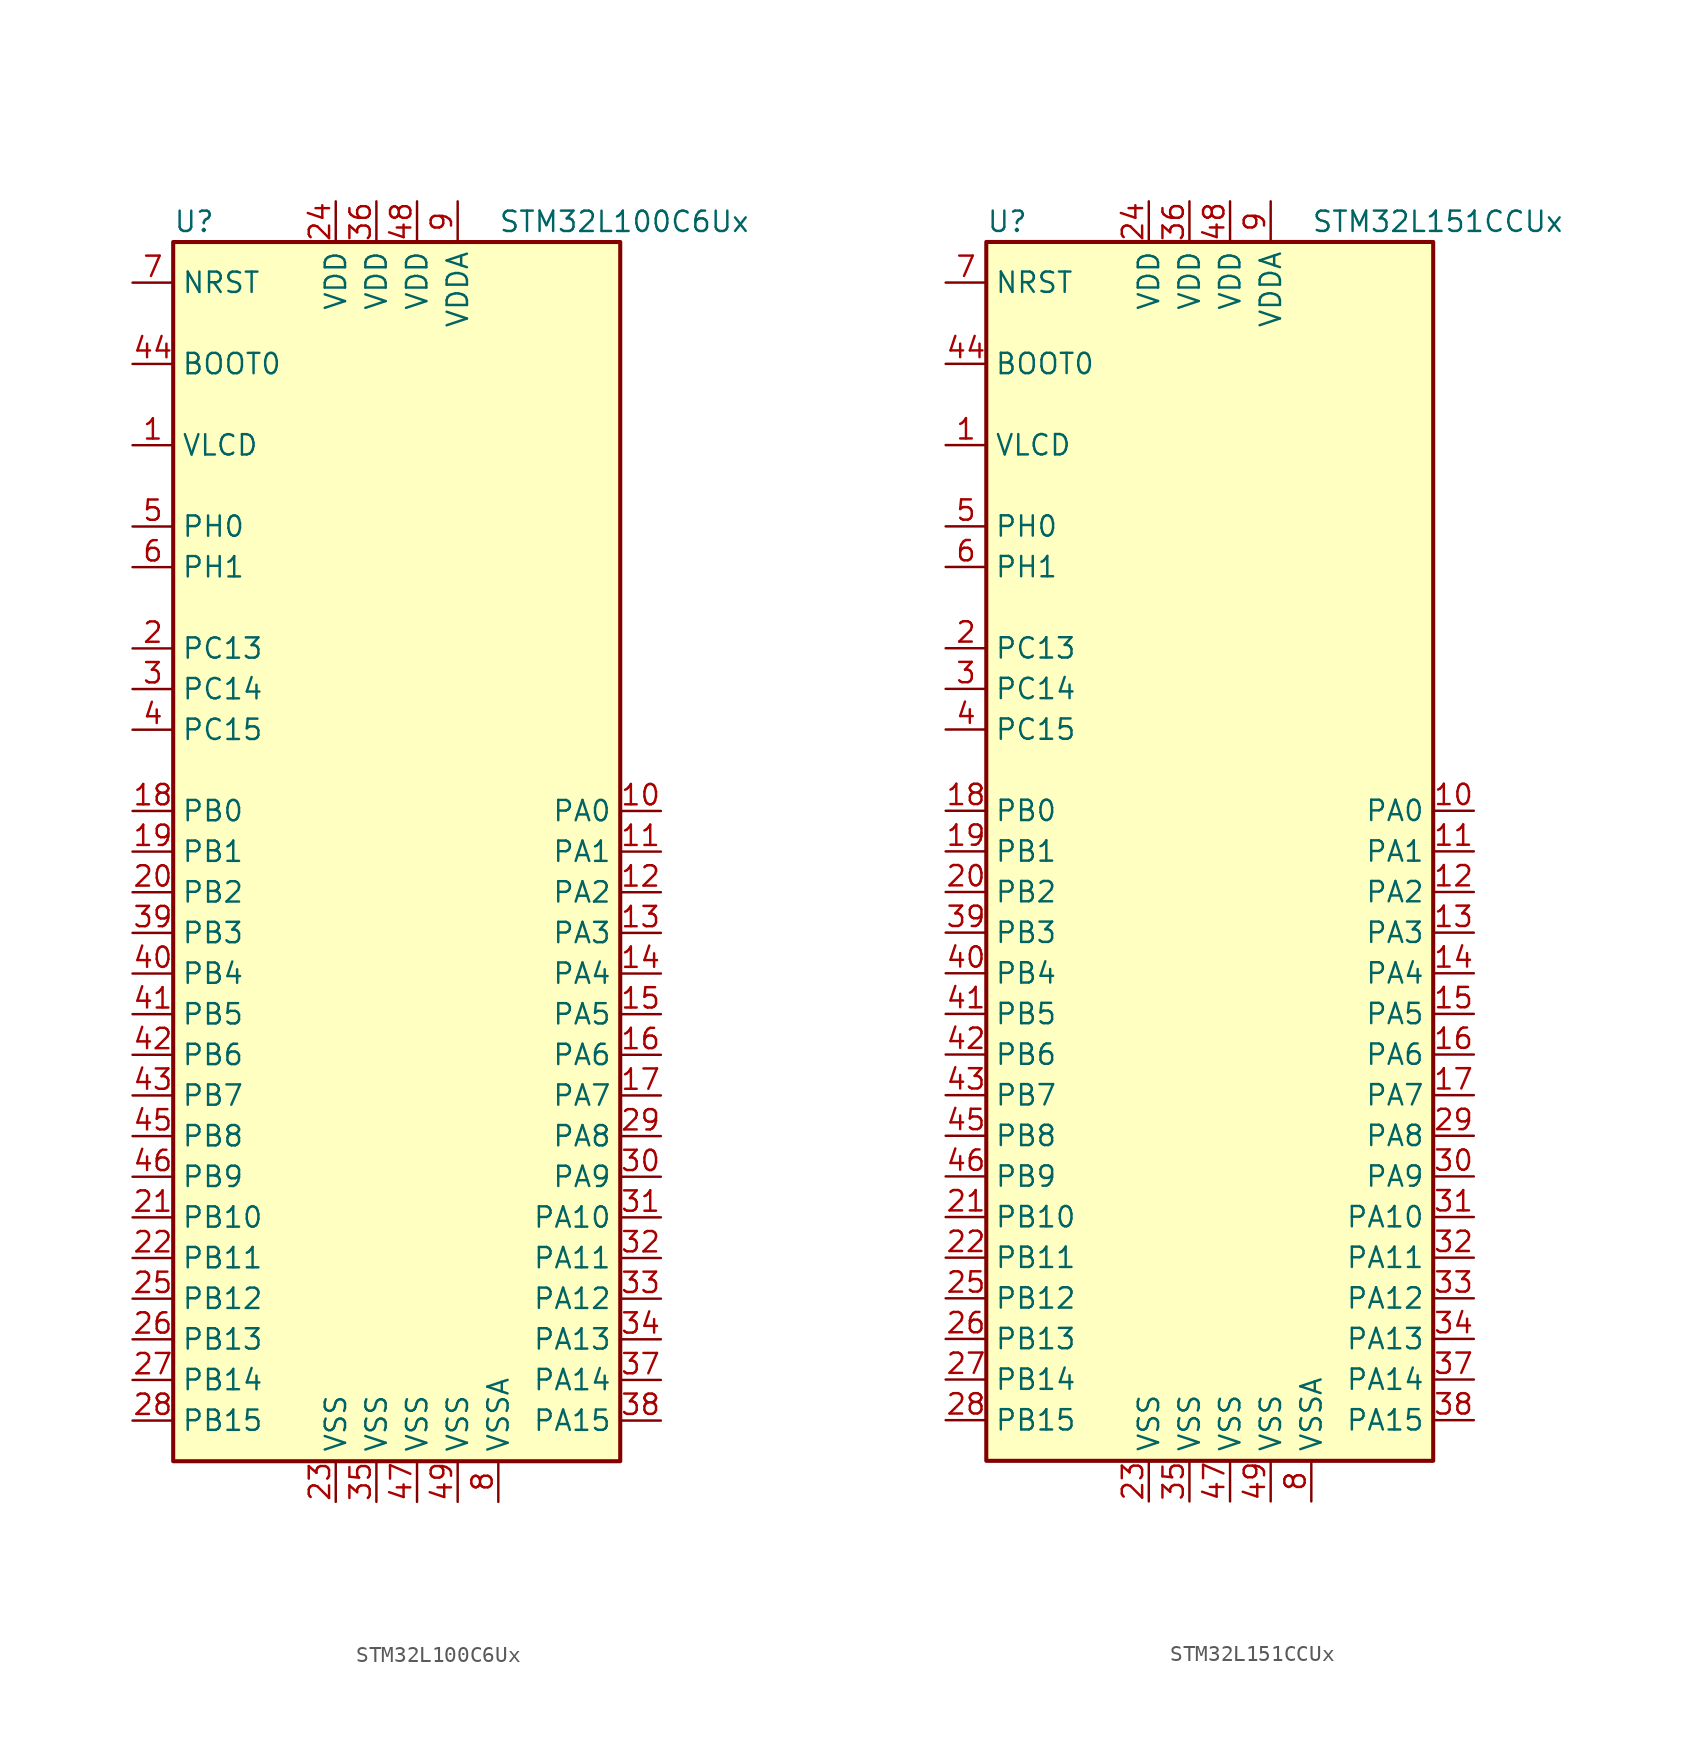
<source format=kicad_sym>
(kicad_symbol_lib
  (version 20201005)
  (generator kicad_symbol_editor)
  (symbol "STM32L100C6Ux"
    (property "Reference" "U"
      (at -15.24 39.37 0)
      (effects (font (size 1.27 1.27)) (justify left)))
    (property "Value" "STM32L100C6Ux"
      (at 5.08 39.37 0)
      (effects (font (size 1.27 1.27)) (justify left)))
    (symbol "STM32L100C6Ux_0_1"
      (rectangle (start -15.24 -38.1) (end 12.7 38.1) (stroke (width 0.254)) (fill (type background))))
    (symbol "STM32L100C6Ux_1_1"
      (pin power_in line (at -17.78 25.4 0) (length 2.54) (name "VLCD" (effects (font (size 1.27 1.27)))) (number "1" (effects (font (size 1.27 1.27)))))
      (pin bidirectional line (at 15.24 2.54 180) (length 2.54) (name "PA0" (effects (font (size 1.27 1.27)))) (number "10" (effects (font (size 1.27 1.27)))))
      (pin bidirectional line (at 15.24 0 180) (length 2.54) (name "PA1" (effects (font (size 1.27 1.27)))) (number "11" (effects (font (size 1.27 1.27)))))
      (pin bidirectional line (at 15.24 -2.54 180) (length 2.54) (name "PA2" (effects (font (size 1.27 1.27)))) (number "12" (effects (font (size 1.27 1.27)))))
      (pin bidirectional line (at 15.24 -5.08 180) (length 2.54) (name "PA3" (effects (font (size 1.27 1.27)))) (number "13" (effects (font (size 1.27 1.27)))))
      (pin bidirectional line (at 15.24 -7.62 180) (length 2.54) (name "PA4" (effects (font (size 1.27 1.27)))) (number "14" (effects (font (size 1.27 1.27)))))
      (pin bidirectional line (at 15.24 -10.16 180) (length 2.54) (name "PA5" (effects (font (size 1.27 1.27)))) (number "15" (effects (font (size 1.27 1.27)))))
      (pin bidirectional line (at 15.24 -12.7 180) (length 2.54) (name "PA6" (effects (font (size 1.27 1.27)))) (number "16" (effects (font (size 1.27 1.27)))))
      (pin bidirectional line (at 15.24 -15.24 180) (length 2.54) (name "PA7" (effects (font (size 1.27 1.27)))) (number "17" (effects (font (size 1.27 1.27)))))
      (pin bidirectional line (at -17.78 2.54 0) (length 2.54) (name "PB0" (effects (font (size 1.27 1.27)))) (number "18" (effects (font (size 1.27 1.27)))))
      (pin bidirectional line (at -17.78 0 0) (length 2.54) (name "PB1" (effects (font (size 1.27 1.27)))) (number "19" (effects (font (size 1.27 1.27)))))
      (pin bidirectional line (at -17.78 12.7 0) (length 2.54) (name "PC13" (effects (font (size 1.27 1.27)))) (number "2" (effects (font (size 1.27 1.27)))))
      (pin bidirectional line (at -17.78 -2.54 0) (length 2.54) (name "PB2" (effects (font (size 1.27 1.27)))) (number "20" (effects (font (size 1.27 1.27)))))
      (pin bidirectional line (at -17.78 -22.86 0) (length 2.54) (name "PB10" (effects (font (size 1.27 1.27)))) (number "21" (effects (font (size 1.27 1.27)))))
      (pin bidirectional line (at -17.78 -25.4 0) (length 2.54) (name "PB11" (effects (font (size 1.27 1.27)))) (number "22" (effects (font (size 1.27 1.27)))))
      (pin power_in line (at -5.08 -40.64 90) (length 2.54) (name "VSS" (effects (font (size 1.27 1.27)))) (number "23" (effects (font (size 1.27 1.27)))))
      (pin power_in line (at -5.08 40.64 270) (length 2.54) (name "VDD" (effects (font (size 1.27 1.27)))) (number "24" (effects (font (size 1.27 1.27)))))
      (pin bidirectional line (at -17.78 -27.94 0) (length 2.54) (name "PB12" (effects (font (size 1.27 1.27)))) (number "25" (effects (font (size 1.27 1.27)))))
      (pin bidirectional line (at -17.78 -30.48 0) (length 2.54) (name "PB13" (effects (font (size 1.27 1.27)))) (number "26" (effects (font (size 1.27 1.27)))))
      (pin bidirectional line (at -17.78 -33.02 0) (length 2.54) (name "PB14" (effects (font (size 1.27 1.27)))) (number "27" (effects (font (size 1.27 1.27)))))
      (pin bidirectional line (at -17.78 -35.56 0) (length 2.54) (name "PB15" (effects (font (size 1.27 1.27)))) (number "28" (effects (font (size 1.27 1.27)))))
      (pin bidirectional line (at 15.24 -17.78 180) (length 2.54) (name "PA8" (effects (font (size 1.27 1.27)))) (number "29" (effects (font (size 1.27 1.27)))))
      (pin bidirectional line (at -17.78 10.16 0) (length 2.54) (name "PC14" (effects (font (size 1.27 1.27)))) (number "3" (effects (font (size 1.27 1.27)))))
      (pin bidirectional line (at 15.24 -20.32 180) (length 2.54) (name "PA9" (effects (font (size 1.27 1.27)))) (number "30" (effects (font (size 1.27 1.27)))))
      (pin bidirectional line (at 15.24 -22.86 180) (length 2.54) (name "PA10" (effects (font (size 1.27 1.27)))) (number "31" (effects (font (size 1.27 1.27)))))
      (pin bidirectional line (at 15.24 -25.4 180) (length 2.54) (name "PA11" (effects (font (size 1.27 1.27)))) (number "32" (effects (font (size 1.27 1.27)))))
      (pin bidirectional line (at 15.24 -27.94 180) (length 2.54) (name "PA12" (effects (font (size 1.27 1.27)))) (number "33" (effects (font (size 1.27 1.27)))))
      (pin bidirectional line (at 15.24 -30.48 180) (length 2.54) (name "PA13" (effects (font (size 1.27 1.27)))) (number "34" (effects (font (size 1.27 1.27)))))
      (pin power_in line (at -2.54 -40.64 90) (length 2.54) (name "VSS" (effects (font (size 1.27 1.27)))) (number "35" (effects (font (size 1.27 1.27)))))
      (pin power_in line (at -2.54 40.64 270) (length 2.54) (name "VDD" (effects (font (size 1.27 1.27)))) (number "36" (effects (font (size 1.27 1.27)))))
      (pin bidirectional line (at 15.24 -33.02 180) (length 2.54) (name "PA14" (effects (font (size 1.27 1.27)))) (number "37" (effects (font (size 1.27 1.27)))))
      (pin bidirectional line (at 15.24 -35.56 180) (length 2.54) (name "PA15" (effects (font (size 1.27 1.27)))) (number "38" (effects (font (size 1.27 1.27)))))
      (pin bidirectional line (at -17.78 -5.08 0) (length 2.54) (name "PB3" (effects (font (size 1.27 1.27)))) (number "39" (effects (font (size 1.27 1.27)))))
      (pin bidirectional line (at -17.78 7.62 0) (length 2.54) (name "PC15" (effects (font (size 1.27 1.27)))) (number "4" (effects (font (size 1.27 1.27)))))
      (pin bidirectional line (at -17.78 -7.62 0) (length 2.54) (name "PB4" (effects (font (size 1.27 1.27)))) (number "40" (effects (font (size 1.27 1.27)))))
      (pin bidirectional line (at -17.78 -10.16 0) (length 2.54) (name "PB5" (effects (font (size 1.27 1.27)))) (number "41" (effects (font (size 1.27 1.27)))))
      (pin bidirectional line (at -17.78 -12.7 0) (length 2.54) (name "PB6" (effects (font (size 1.27 1.27)))) (number "42" (effects (font (size 1.27 1.27)))))
      (pin bidirectional line (at -17.78 -15.24 0) (length 2.54) (name "PB7" (effects (font (size 1.27 1.27)))) (number "43" (effects (font (size 1.27 1.27)))))
      (pin input line (at -17.78 30.48 0) (length 2.54) (name "BOOT0" (effects (font (size 1.27 1.27)))) (number "44" (effects (font (size 1.27 1.27)))))
      (pin bidirectional line (at -17.78 -17.78 0) (length 2.54) (name "PB8" (effects (font (size 1.27 1.27)))) (number "45" (effects (font (size 1.27 1.27)))))
      (pin bidirectional line (at -17.78 -20.32 0) (length 2.54) (name "PB9" (effects (font (size 1.27 1.27)))) (number "46" (effects (font (size 1.27 1.27)))))
      (pin power_in line (at 0 -40.64 90) (length 2.54) (name "VSS" (effects (font (size 1.27 1.27)))) (number "47" (effects (font (size 1.27 1.27)))))
      (pin power_in line (at 0 40.64 270) (length 2.54) (name "VDD" (effects (font (size 1.27 1.27)))) (number "48" (effects (font (size 1.27 1.27)))))
      (pin power_in line (at 2.54 -40.64 90) (length 2.54) (name "VSS" (effects (font (size 1.27 1.27)))) (number "49" (effects (font (size 1.27 1.27)))))
      (pin input line (at -17.78 20.32 0) (length 2.54) (name "PH0" (effects (font (size 1.27 1.27)))) (number "5" (effects (font (size 1.27 1.27)))))
      (pin input line (at -17.78 17.78 0) (length 2.54) (name "PH1" (effects (font (size 1.27 1.27)))) (number "6" (effects (font (size 1.27 1.27)))))
      (pin input line (at -17.78 35.56 0) (length 2.54) (name "NRST" (effects (font (size 1.27 1.27)))) (number "7" (effects (font (size 1.27 1.27)))))
      (pin power_in line (at 5.08 -40.64 90) (length 2.54) (name "VSSA" (effects (font (size 1.27 1.27)))) (number "8" (effects (font (size 1.27 1.27)))))
      (pin power_in line (at 2.54 40.64 270) (length 2.54) (name "VDDA" (effects (font (size 1.27 1.27)))) (number "9" (effects (font (size 1.27 1.27)))))))
  (symbol "STM32L151CCUx"
    (property "Reference" "U"
      (at -15.24 39.37 0)
      (effects (font (size 1.27 1.27)) (justify left)))
    (property "Value" "STM32L151CCUx"
      (at 5.08 39.37 0)
      (effects (font (size 1.27 1.27)) (justify left)))
    (symbol "STM32L151CCUx_0_1"
      (rectangle (start -15.24 -38.1) (end 12.7 38.1) (stroke (width 0.254)) (fill (type background))))
    (symbol "STM32L151CCUx_1_1"
      (pin power_in line (at -17.78 25.4 0) (length 2.54) (name "VLCD" (effects (font (size 1.27 1.27)))) (number "1" (effects (font (size 1.27 1.27)))))
      (pin bidirectional line (at 15.24 2.54 180) (length 2.54) (name "PA0" (effects (font (size 1.27 1.27)))) (number "10" (effects (font (size 1.27 1.27)))))
      (pin bidirectional line (at 15.24 0 180) (length 2.54) (name "PA1" (effects (font (size 1.27 1.27)))) (number "11" (effects (font (size 1.27 1.27)))))
      (pin bidirectional line (at 15.24 -2.54 180) (length 2.54) (name "PA2" (effects (font (size 1.27 1.27)))) (number "12" (effects (font (size 1.27 1.27)))))
      (pin bidirectional line (at 15.24 -5.08 180) (length 2.54) (name "PA3" (effects (font (size 1.27 1.27)))) (number "13" (effects (font (size 1.27 1.27)))))
      (pin bidirectional line (at 15.24 -7.62 180) (length 2.54) (name "PA4" (effects (font (size 1.27 1.27)))) (number "14" (effects (font (size 1.27 1.27)))))
      (pin bidirectional line (at 15.24 -10.16 180) (length 2.54) (name "PA5" (effects (font (size 1.27 1.27)))) (number "15" (effects (font (size 1.27 1.27)))))
      (pin bidirectional line (at 15.24 -12.7 180) (length 2.54) (name "PA6" (effects (font (size 1.27 1.27)))) (number "16" (effects (font (size 1.27 1.27)))))
      (pin bidirectional line (at 15.24 -15.24 180) (length 2.54) (name "PA7" (effects (font (size 1.27 1.27)))) (number "17" (effects (font (size 1.27 1.27)))))
      (pin bidirectional line (at -17.78 2.54 0) (length 2.54) (name "PB0" (effects (font (size 1.27 1.27)))) (number "18" (effects (font (size 1.27 1.27)))))
      (pin bidirectional line (at -17.78 0 0) (length 2.54) (name "PB1" (effects (font (size 1.27 1.27)))) (number "19" (effects (font (size 1.27 1.27)))))
      (pin bidirectional line (at -17.78 12.7 0) (length 2.54) (name "PC13" (effects (font (size 1.27 1.27)))) (number "2" (effects (font (size 1.27 1.27)))))
      (pin bidirectional line (at -17.78 -2.54 0) (length 2.54) (name "PB2" (effects (font (size 1.27 1.27)))) (number "20" (effects (font (size 1.27 1.27)))))
      (pin bidirectional line (at -17.78 -22.86 0) (length 2.54) (name "PB10" (effects (font (size 1.27 1.27)))) (number "21" (effects (font (size 1.27 1.27)))))
      (pin bidirectional line (at -17.78 -25.4 0) (length 2.54) (name "PB11" (effects (font (size 1.27 1.27)))) (number "22" (effects (font (size 1.27 1.27)))))
      (pin power_in line (at -5.08 -40.64 90) (length 2.54) (name "VSS" (effects (font (size 1.27 1.27)))) (number "23" (effects (font (size 1.27 1.27)))))
      (pin power_in line (at -5.08 40.64 270) (length 2.54) (name "VDD" (effects (font (size 1.27 1.27)))) (number "24" (effects (font (size 1.27 1.27)))))
      (pin bidirectional line (at -17.78 -27.94 0) (length 2.54) (name "PB12" (effects (font (size 1.27 1.27)))) (number "25" (effects (font (size 1.27 1.27)))))
      (pin bidirectional line (at -17.78 -30.48 0) (length 2.54) (name "PB13" (effects (font (size 1.27 1.27)))) (number "26" (effects (font (size 1.27 1.27)))))
      (pin bidirectional line (at -17.78 -33.02 0) (length 2.54) (name "PB14" (effects (font (size 1.27 1.27)))) (number "27" (effects (font (size 1.27 1.27)))))
      (pin bidirectional line (at -17.78 -35.56 0) (length 2.54) (name "PB15" (effects (font (size 1.27 1.27)))) (number "28" (effects (font (size 1.27 1.27)))))
      (pin bidirectional line (at 15.24 -17.78 180) (length 2.54) (name "PA8" (effects (font (size 1.27 1.27)))) (number "29" (effects (font (size 1.27 1.27)))))
      (pin bidirectional line (at -17.78 10.16 0) (length 2.54) (name "PC14" (effects (font (size 1.27 1.27)))) (number "3" (effects (font (size 1.27 1.27)))))
      (pin bidirectional line (at 15.24 -20.32 180) (length 2.54) (name "PA9" (effects (font (size 1.27 1.27)))) (number "30" (effects (font (size 1.27 1.27)))))
      (pin bidirectional line (at 15.24 -22.86 180) (length 2.54) (name "PA10" (effects (font (size 1.27 1.27)))) (number "31" (effects (font (size 1.27 1.27)))))
      (pin bidirectional line (at 15.24 -25.4 180) (length 2.54) (name "PA11" (effects (font (size 1.27 1.27)))) (number "32" (effects (font (size 1.27 1.27)))))
      (pin bidirectional line (at 15.24 -27.94 180) (length 2.54) (name "PA12" (effects (font (size 1.27 1.27)))) (number "33" (effects (font (size 1.27 1.27)))))
      (pin bidirectional line (at 15.24 -30.48 180) (length 2.54) (name "PA13" (effects (font (size 1.27 1.27)))) (number "34" (effects (font (size 1.27 1.27)))))
      (pin power_in line (at -2.54 -40.64 90) (length 2.54) (name "VSS" (effects (font (size 1.27 1.27)))) (number "35" (effects (font (size 1.27 1.27)))))
      (pin power_in line (at -2.54 40.64 270) (length 2.54) (name "VDD" (effects (font (size 1.27 1.27)))) (number "36" (effects (font (size 1.27 1.27)))))
      (pin bidirectional line (at 15.24 -33.02 180) (length 2.54) (name "PA14" (effects (font (size 1.27 1.27)))) (number "37" (effects (font (size 1.27 1.27)))))
      (pin bidirectional line (at 15.24 -35.56 180) (length 2.54) (name "PA15" (effects (font (size 1.27 1.27)))) (number "38" (effects (font (size 1.27 1.27)))))
      (pin bidirectional line (at -17.78 -5.08 0) (length 2.54) (name "PB3" (effects (font (size 1.27 1.27)))) (number "39" (effects (font (size 1.27 1.27)))))
      (pin bidirectional line (at -17.78 7.62 0) (length 2.54) (name "PC15" (effects (font (size 1.27 1.27)))) (number "4" (effects (font (size 1.27 1.27)))))
      (pin bidirectional line (at -17.78 -7.62 0) (length 2.54) (name "PB4" (effects (font (size 1.27 1.27)))) (number "40" (effects (font (size 1.27 1.27)))))
      (pin bidirectional line (at -17.78 -10.16 0) (length 2.54) (name "PB5" (effects (font (size 1.27 1.27)))) (number "41" (effects (font (size 1.27 1.27)))))
      (pin bidirectional line (at -17.78 -12.7 0) (length 2.54) (name "PB6" (effects (font (size 1.27 1.27)))) (number "42" (effects (font (size 1.27 1.27)))))
      (pin bidirectional line (at -17.78 -15.24 0) (length 2.54) (name "PB7" (effects (font (size 1.27 1.27)))) (number "43" (effects (font (size 1.27 1.27)))))
      (pin input line (at -17.78 30.48 0) (length 2.54) (name "BOOT0" (effects (font (size 1.27 1.27)))) (number "44" (effects (font (size 1.27 1.27)))))
      (pin bidirectional line (at -17.78 -17.78 0) (length 2.54) (name "PB8" (effects (font (size 1.27 1.27)))) (number "45" (effects (font (size 1.27 1.27)))))
      (pin bidirectional line (at -17.78 -20.32 0) (length 2.54) (name "PB9" (effects (font (size 1.27 1.27)))) (number "46" (effects (font (size 1.27 1.27)))))
      (pin power_in line (at 0 -40.64 90) (length 2.54) (name "VSS" (effects (font (size 1.27 1.27)))) (number "47" (effects (font (size 1.27 1.27)))))
      (pin power_in line (at 0 40.64 270) (length 2.54) (name "VDD" (effects (font (size 1.27 1.27)))) (number "48" (effects (font (size 1.27 1.27)))))
      (pin power_in line (at 2.54 -40.64 90) (length 2.54) (name "VSS" (effects (font (size 1.27 1.27)))) (number "49" (effects (font (size 1.27 1.27)))))
      (pin input line (at -17.78 20.32 0) (length 2.54) (name "PH0" (effects (font (size 1.27 1.27)))) (number "5" (effects (font (size 1.27 1.27)))))
      (pin input line (at -17.78 17.78 0) (length 2.54) (name "PH1" (effects (font (size 1.27 1.27)))) (number "6" (effects (font (size 1.27 1.27)))))
      (pin input line (at -17.78 35.56 0) (length 2.54) (name "NRST" (effects (font (size 1.27 1.27)))) (number "7" (effects (font (size 1.27 1.27)))))
      (pin power_in line (at 5.08 -40.64 90) (length 2.54) (name "VSSA" (effects (font (size 1.27 1.27)))) (number "8" (effects (font (size 1.27 1.27)))))
      (pin power_in line (at 2.54 40.64 270) (length 2.54) (name "VDDA" (effects (font (size 1.27 1.27)))) (number "9" (effects (font (size 1.27 1.27))))))))
</source>
